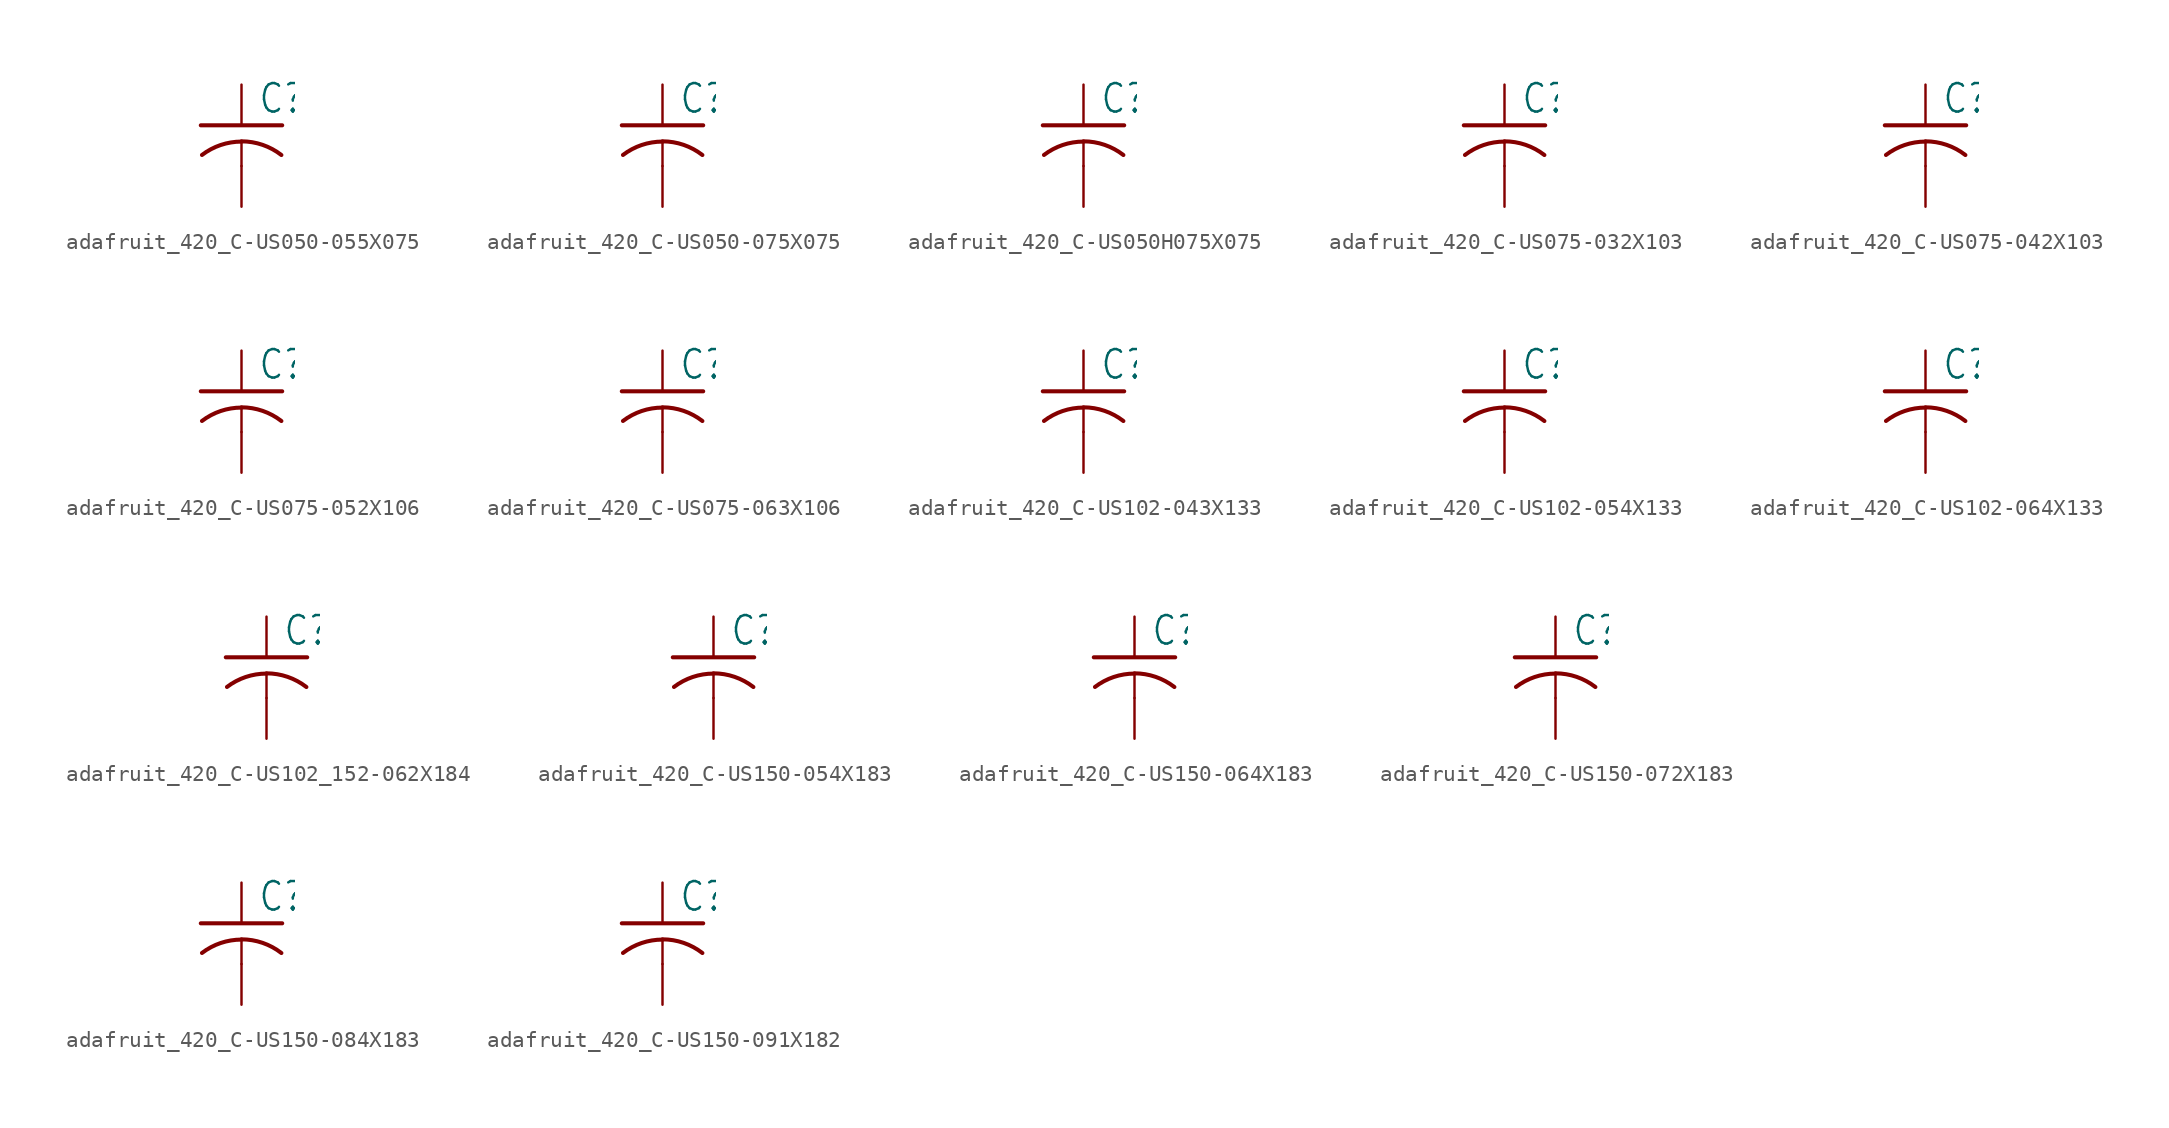
<source format=kicad_sym>
(kicad_symbol_lib
  (version 20241209)
  (generator "kicad_symbol_editor")
  (generator_version "9.0")
  (symbol "adafruit_420_C-US050-055X075"
    (property "Reference" "C"
      (at 1.016 0.635 0)
      (effects (font (size 1.778 1.511)) (justify left bottom)))
    (property "Value" ""
      (at 1.016 -4.191 0)
      (effects (font (size 1.778 1.511)) (justify left bottom)))
    (property "ki_locked" ""
      (at 0 0 0)
      (effects (font (size 1.27 1.27))))
    (symbol "adafruit_420_C-US050-055X075_1_0"
      (polyline (pts (xy -2.54 0) (xy 2.54 0)) (stroke (width 0.254) (type solid)) (fill (type none)))
      (polyline (pts (xy 0 -1.016) (xy 0 -2.54)) (stroke (width 0.152) (type solid)) (fill (type none)))
      (arc (start 0 -1) (mid 1.3158 -1.2195) (end 2.4892 -1.8541) (stroke (width 0.254) (type solid)) (fill (type none)))
      (arc (start -2.4668 -1.8504) (mid -1.302 -1.2303) (end 0 -1.0161) (stroke (width 0.254) (type solid)) (fill (type none)))
      (pin passive line (at 0 2.54 270) (length 2.54) (name "1" (effects (font (size 0 0)))) (number "1" (effects (font (size 0 0)))))
      (pin passive line (at 0 -5.08 90) (length 2.54) (name "2" (effects (font (size 0 0)))) (number "2" (effects (font (size 0 0)))))))
  (symbol "adafruit_420_C-US050-075X075"
    (property "Reference" "C"
      (at 1.016 0.635 0)
      (effects (font (size 1.778 1.511)) (justify left bottom)))
    (property "Value" ""
      (at 1.016 -4.191 0)
      (effects (font (size 1.778 1.511)) (justify left bottom)))
    (property "ki_locked" ""
      (at 0 0 0)
      (effects (font (size 1.27 1.27))))
    (symbol "adafruit_420_C-US050-075X075_1_0"
      (polyline (pts (xy -2.54 0) (xy 2.54 0)) (stroke (width 0.254) (type solid)) (fill (type none)))
      (polyline (pts (xy 0 -1.016) (xy 0 -2.54)) (stroke (width 0.152) (type solid)) (fill (type none)))
      (arc (start 0 -1) (mid 1.3158 -1.2195) (end 2.4892 -1.8541) (stroke (width 0.254) (type solid)) (fill (type none)))
      (arc (start -2.4668 -1.8504) (mid -1.302 -1.2303) (end 0 -1.0161) (stroke (width 0.254) (type solid)) (fill (type none)))
      (pin passive line (at 0 2.54 270) (length 2.54) (name "1" (effects (font (size 0 0)))) (number "1" (effects (font (size 0 0)))))
      (pin passive line (at 0 -5.08 90) (length 2.54) (name "2" (effects (font (size 0 0)))) (number "2" (effects (font (size 0 0)))))))
  (symbol "adafruit_420_C-US050H075X075"
    (property "Reference" "C"
      (at 1.016 0.635 0)
      (effects (font (size 1.778 1.511)) (justify left bottom)))
    (property "Value" ""
      (at 1.016 -4.191 0)
      (effects (font (size 1.778 1.511)) (justify left bottom)))
    (property "ki_locked" ""
      (at 0 0 0)
      (effects (font (size 1.27 1.27))))
    (symbol "adafruit_420_C-US050H075X075_1_0"
      (polyline (pts (xy -2.54 0) (xy 2.54 0)) (stroke (width 0.254) (type solid)) (fill (type none)))
      (polyline (pts (xy 0 -1.016) (xy 0 -2.54)) (stroke (width 0.152) (type solid)) (fill (type none)))
      (arc (start 0 -1) (mid 1.3158 -1.2195) (end 2.4892 -1.8541) (stroke (width 0.254) (type solid)) (fill (type none)))
      (arc (start -2.4668 -1.8504) (mid -1.302 -1.2303) (end 0 -1.0161) (stroke (width 0.254) (type solid)) (fill (type none)))
      (pin passive line (at 0 2.54 270) (length 2.54) (name "1" (effects (font (size 0 0)))) (number "1" (effects (font (size 0 0)))))
      (pin passive line (at 0 -5.08 90) (length 2.54) (name "2" (effects (font (size 0 0)))) (number "2" (effects (font (size 0 0)))))))
  (symbol "adafruit_420_C-US075-032X103"
    (property "Reference" "C"
      (at 1.016 0.635 0)
      (effects (font (size 1.778 1.511)) (justify left bottom)))
    (property "Value" ""
      (at 1.016 -4.191 0)
      (effects (font (size 1.778 1.511)) (justify left bottom)))
    (property "ki_locked" ""
      (at 0 0 0)
      (effects (font (size 1.27 1.27))))
    (symbol "adafruit_420_C-US075-032X103_1_0"
      (polyline (pts (xy -2.54 0) (xy 2.54 0)) (stroke (width 0.254) (type solid)) (fill (type none)))
      (polyline (pts (xy 0 -1.016) (xy 0 -2.54)) (stroke (width 0.152) (type solid)) (fill (type none)))
      (arc (start 0 -1) (mid 1.3158 -1.2195) (end 2.4892 -1.8541) (stroke (width 0.254) (type solid)) (fill (type none)))
      (arc (start -2.4668 -1.8504) (mid -1.302 -1.2303) (end 0 -1.0161) (stroke (width 0.254) (type solid)) (fill (type none)))
      (pin passive line (at 0 2.54 270) (length 2.54) (name "1" (effects (font (size 0 0)))) (number "1" (effects (font (size 0 0)))))
      (pin passive line (at 0 -5.08 90) (length 2.54) (name "2" (effects (font (size 0 0)))) (number "2" (effects (font (size 0 0)))))))
  (symbol "adafruit_420_C-US075-042X103"
    (property "Reference" "C"
      (at 1.016 0.635 0)
      (effects (font (size 1.778 1.511)) (justify left bottom)))
    (property "Value" ""
      (at 1.016 -4.191 0)
      (effects (font (size 1.778 1.511)) (justify left bottom)))
    (property "ki_locked" ""
      (at 0 0 0)
      (effects (font (size 1.27 1.27))))
    (symbol "adafruit_420_C-US075-042X103_1_0"
      (polyline (pts (xy -2.54 0) (xy 2.54 0)) (stroke (width 0.254) (type solid)) (fill (type none)))
      (polyline (pts (xy 0 -1.016) (xy 0 -2.54)) (stroke (width 0.152) (type solid)) (fill (type none)))
      (arc (start 0 -1) (mid 1.3158 -1.2195) (end 2.4892 -1.8541) (stroke (width 0.254) (type solid)) (fill (type none)))
      (arc (start -2.4668 -1.8504) (mid -1.302 -1.2303) (end 0 -1.0161) (stroke (width 0.254) (type solid)) (fill (type none)))
      (pin passive line (at 0 2.54 270) (length 2.54) (name "1" (effects (font (size 0 0)))) (number "1" (effects (font (size 0 0)))))
      (pin passive line (at 0 -5.08 90) (length 2.54) (name "2" (effects (font (size 0 0)))) (number "2" (effects (font (size 0 0)))))))
  (symbol "adafruit_420_C-US075-052X106"
    (property "Reference" "C"
      (at 1.016 0.635 0)
      (effects (font (size 1.778 1.511)) (justify left bottom)))
    (property "Value" ""
      (at 1.016 -4.191 0)
      (effects (font (size 1.778 1.511)) (justify left bottom)))
    (property "ki_locked" ""
      (at 0 0 0)
      (effects (font (size 1.27 1.27))))
    (symbol "adafruit_420_C-US075-052X106_1_0"
      (polyline (pts (xy -2.54 0) (xy 2.54 0)) (stroke (width 0.254) (type solid)) (fill (type none)))
      (polyline (pts (xy 0 -1.016) (xy 0 -2.54)) (stroke (width 0.152) (type solid)) (fill (type none)))
      (arc (start 0 -1) (mid 1.3158 -1.2195) (end 2.4892 -1.8541) (stroke (width 0.254) (type solid)) (fill (type none)))
      (arc (start -2.4668 -1.8504) (mid -1.302 -1.2303) (end 0 -1.0161) (stroke (width 0.254) (type solid)) (fill (type none)))
      (pin passive line (at 0 2.54 270) (length 2.54) (name "1" (effects (font (size 0 0)))) (number "1" (effects (font (size 0 0)))))
      (pin passive line (at 0 -5.08 90) (length 2.54) (name "2" (effects (font (size 0 0)))) (number "2" (effects (font (size 0 0)))))))
  (symbol "adafruit_420_C-US075-063X106"
    (property "Reference" "C"
      (at 1.016 0.635 0)
      (effects (font (size 1.778 1.511)) (justify left bottom)))
    (property "Value" ""
      (at 1.016 -4.191 0)
      (effects (font (size 1.778 1.511)) (justify left bottom)))
    (property "ki_locked" ""
      (at 0 0 0)
      (effects (font (size 1.27 1.27))))
    (symbol "adafruit_420_C-US075-063X106_1_0"
      (polyline (pts (xy -2.54 0) (xy 2.54 0)) (stroke (width 0.254) (type solid)) (fill (type none)))
      (polyline (pts (xy 0 -1.016) (xy 0 -2.54)) (stroke (width 0.152) (type solid)) (fill (type none)))
      (arc (start 0 -1) (mid 1.3158 -1.2195) (end 2.4892 -1.8541) (stroke (width 0.254) (type solid)) (fill (type none)))
      (arc (start -2.4668 -1.8504) (mid -1.302 -1.2303) (end 0 -1.0161) (stroke (width 0.254) (type solid)) (fill (type none)))
      (pin passive line (at 0 2.54 270) (length 2.54) (name "1" (effects (font (size 0 0)))) (number "1" (effects (font (size 0 0)))))
      (pin passive line (at 0 -5.08 90) (length 2.54) (name "2" (effects (font (size 0 0)))) (number "2" (effects (font (size 0 0)))))))
  (symbol "adafruit_420_C-US102-043X133"
    (property "Reference" "C"
      (at 1.016 0.635 0)
      (effects (font (size 1.778 1.511)) (justify left bottom)))
    (property "Value" ""
      (at 1.016 -4.191 0)
      (effects (font (size 1.778 1.511)) (justify left bottom)))
    (property "ki_locked" ""
      (at 0 0 0)
      (effects (font (size 1.27 1.27))))
    (symbol "adafruit_420_C-US102-043X133_1_0"
      (polyline (pts (xy -2.54 0) (xy 2.54 0)) (stroke (width 0.254) (type solid)) (fill (type none)))
      (polyline (pts (xy 0 -1.016) (xy 0 -2.54)) (stroke (width 0.152) (type solid)) (fill (type none)))
      (arc (start 0 -1) (mid 1.3158 -1.2195) (end 2.4892 -1.8541) (stroke (width 0.254) (type solid)) (fill (type none)))
      (arc (start -2.4668 -1.8504) (mid -1.302 -1.2303) (end 0 -1.0161) (stroke (width 0.254) (type solid)) (fill (type none)))
      (pin passive line (at 0 2.54 270) (length 2.54) (name "1" (effects (font (size 0 0)))) (number "1" (effects (font (size 0 0)))))
      (pin passive line (at 0 -5.08 90) (length 2.54) (name "2" (effects (font (size 0 0)))) (number "2" (effects (font (size 0 0)))))))
  (symbol "adafruit_420_C-US102-054X133"
    (property "Reference" "C"
      (at 1.016 0.635 0)
      (effects (font (size 1.778 1.511)) (justify left bottom)))
    (property "Value" ""
      (at 1.016 -4.191 0)
      (effects (font (size 1.778 1.511)) (justify left bottom)))
    (property "ki_locked" ""
      (at 0 0 0)
      (effects (font (size 1.27 1.27))))
    (symbol "adafruit_420_C-US102-054X133_1_0"
      (polyline (pts (xy -2.54 0) (xy 2.54 0)) (stroke (width 0.254) (type solid)) (fill (type none)))
      (polyline (pts (xy 0 -1.016) (xy 0 -2.54)) (stroke (width 0.152) (type solid)) (fill (type none)))
      (arc (start 0 -1) (mid 1.3158 -1.2195) (end 2.4892 -1.8541) (stroke (width 0.254) (type solid)) (fill (type none)))
      (arc (start -2.4668 -1.8504) (mid -1.302 -1.2303) (end 0 -1.0161) (stroke (width 0.254) (type solid)) (fill (type none)))
      (pin passive line (at 0 2.54 270) (length 2.54) (name "1" (effects (font (size 0 0)))) (number "1" (effects (font (size 0 0)))))
      (pin passive line (at 0 -5.08 90) (length 2.54) (name "2" (effects (font (size 0 0)))) (number "2" (effects (font (size 0 0)))))))
  (symbol "adafruit_420_C-US102-064X133"
    (property "Reference" "C"
      (at 1.016 0.635 0)
      (effects (font (size 1.778 1.511)) (justify left bottom)))
    (property "Value" ""
      (at 1.016 -4.191 0)
      (effects (font (size 1.778 1.511)) (justify left bottom)))
    (property "ki_locked" ""
      (at 0 0 0)
      (effects (font (size 1.27 1.27))))
    (symbol "adafruit_420_C-US102-064X133_1_0"
      (polyline (pts (xy -2.54 0) (xy 2.54 0)) (stroke (width 0.254) (type solid)) (fill (type none)))
      (polyline (pts (xy 0 -1.016) (xy 0 -2.54)) (stroke (width 0.152) (type solid)) (fill (type none)))
      (arc (start 0 -1) (mid 1.3158 -1.2195) (end 2.4892 -1.8541) (stroke (width 0.254) (type solid)) (fill (type none)))
      (arc (start -2.4668 -1.8504) (mid -1.302 -1.2303) (end 0 -1.0161) (stroke (width 0.254) (type solid)) (fill (type none)))
      (pin passive line (at 0 2.54 270) (length 2.54) (name "1" (effects (font (size 0 0)))) (number "1" (effects (font (size 0 0)))))
      (pin passive line (at 0 -5.08 90) (length 2.54) (name "2" (effects (font (size 0 0)))) (number "2" (effects (font (size 0 0)))))))
  (symbol "adafruit_420_C-US102_152-062X184"
    (property "Reference" "C"
      (at 1.016 0.635 0)
      (effects (font (size 1.778 1.511)) (justify left bottom)))
    (property "Value" ""
      (at 1.016 -4.191 0)
      (effects (font (size 1.778 1.511)) (justify left bottom)))
    (property "ki_locked" ""
      (at 0 0 0)
      (effects (font (size 1.27 1.27))))
    (symbol "adafruit_420_C-US102_152-062X184_1_0"
      (polyline (pts (xy -2.54 0) (xy 2.54 0)) (stroke (width 0.254) (type solid)) (fill (type none)))
      (polyline (pts (xy 0 -1.016) (xy 0 -2.54)) (stroke (width 0.152) (type solid)) (fill (type none)))
      (arc (start 0 -1) (mid 1.3158 -1.2195) (end 2.4892 -1.8541) (stroke (width 0.254) (type solid)) (fill (type none)))
      (arc (start -2.4668 -1.8504) (mid -1.302 -1.2303) (end 0 -1.0161) (stroke (width 0.254) (type solid)) (fill (type none)))
      (pin passive line (at 0 2.54 270) (length 2.54) (name "1" (effects (font (size 0 0)))) (number "1" (effects (font (size 0 0)))))
      (pin passive line (at 0 -5.08 90) (length 2.54) (name "2" (effects (font (size 0 0)))) (number "2" (effects (font (size 0 0)))))))
  (symbol "adafruit_420_C-US150-054X183"
    (property "Reference" "C"
      (at 1.016 0.635 0)
      (effects (font (size 1.778 1.511)) (justify left bottom)))
    (property "Value" ""
      (at 1.016 -4.191 0)
      (effects (font (size 1.778 1.511)) (justify left bottom)))
    (property "ki_locked" ""
      (at 0 0 0)
      (effects (font (size 1.27 1.27))))
    (symbol "adafruit_420_C-US150-054X183_1_0"
      (polyline (pts (xy -2.54 0) (xy 2.54 0)) (stroke (width 0.254) (type solid)) (fill (type none)))
      (polyline (pts (xy 0 -1.016) (xy 0 -2.54)) (stroke (width 0.152) (type solid)) (fill (type none)))
      (arc (start 0 -1) (mid 1.3158 -1.2195) (end 2.4892 -1.8541) (stroke (width 0.254) (type solid)) (fill (type none)))
      (arc (start -2.4668 -1.8504) (mid -1.302 -1.2303) (end 0 -1.0161) (stroke (width 0.254) (type solid)) (fill (type none)))
      (pin passive line (at 0 2.54 270) (length 2.54) (name "1" (effects (font (size 0 0)))) (number "1" (effects (font (size 0 0)))))
      (pin passive line (at 0 -5.08 90) (length 2.54) (name "2" (effects (font (size 0 0)))) (number "2" (effects (font (size 0 0)))))))
  (symbol "adafruit_420_C-US150-064X183"
    (property "Reference" "C"
      (at 1.016 0.635 0)
      (effects (font (size 1.778 1.511)) (justify left bottom)))
    (property "Value" ""
      (at 1.016 -4.191 0)
      (effects (font (size 1.778 1.511)) (justify left bottom)))
    (property "ki_locked" ""
      (at 0 0 0)
      (effects (font (size 1.27 1.27))))
    (symbol "adafruit_420_C-US150-064X183_1_0"
      (polyline (pts (xy -2.54 0) (xy 2.54 0)) (stroke (width 0.254) (type solid)) (fill (type none)))
      (polyline (pts (xy 0 -1.016) (xy 0 -2.54)) (stroke (width 0.152) (type solid)) (fill (type none)))
      (arc (start 0 -1) (mid 1.3158 -1.2195) (end 2.4892 -1.8541) (stroke (width 0.254) (type solid)) (fill (type none)))
      (arc (start -2.4668 -1.8504) (mid -1.302 -1.2303) (end 0 -1.0161) (stroke (width 0.254) (type solid)) (fill (type none)))
      (pin passive line (at 0 2.54 270) (length 2.54) (name "1" (effects (font (size 0 0)))) (number "1" (effects (font (size 0 0)))))
      (pin passive line (at 0 -5.08 90) (length 2.54) (name "2" (effects (font (size 0 0)))) (number "2" (effects (font (size 0 0)))))))
  (symbol "adafruit_420_C-US150-072X183"
    (property "Reference" "C"
      (at 1.016 0.635 0)
      (effects (font (size 1.778 1.511)) (justify left bottom)))
    (property "Value" ""
      (at 1.016 -4.191 0)
      (effects (font (size 1.778 1.511)) (justify left bottom)))
    (property "ki_locked" ""
      (at 0 0 0)
      (effects (font (size 1.27 1.27))))
    (symbol "adafruit_420_C-US150-072X183_1_0"
      (polyline (pts (xy -2.54 0) (xy 2.54 0)) (stroke (width 0.254) (type solid)) (fill (type none)))
      (polyline (pts (xy 0 -1.016) (xy 0 -2.54)) (stroke (width 0.152) (type solid)) (fill (type none)))
      (arc (start 0 -1) (mid 1.3158 -1.2195) (end 2.4892 -1.8541) (stroke (width 0.254) (type solid)) (fill (type none)))
      (arc (start -2.4668 -1.8504) (mid -1.302 -1.2303) (end 0 -1.0161) (stroke (width 0.254) (type solid)) (fill (type none)))
      (pin passive line (at 0 2.54 270) (length 2.54) (name "1" (effects (font (size 0 0)))) (number "1" (effects (font (size 0 0)))))
      (pin passive line (at 0 -5.08 90) (length 2.54) (name "2" (effects (font (size 0 0)))) (number "2" (effects (font (size 0 0)))))))
  (symbol "adafruit_420_C-US150-084X183"
    (property "Reference" "C"
      (at 1.016 0.635 0)
      (effects (font (size 1.778 1.511)) (justify left bottom)))
    (property "Value" ""
      (at 1.016 -4.191 0)
      (effects (font (size 1.778 1.511)) (justify left bottom)))
    (property "ki_locked" ""
      (at 0 0 0)
      (effects (font (size 1.27 1.27))))
    (symbol "adafruit_420_C-US150-084X183_1_0"
      (polyline (pts (xy -2.54 0) (xy 2.54 0)) (stroke (width 0.254) (type solid)) (fill (type none)))
      (polyline (pts (xy 0 -1.016) (xy 0 -2.54)) (stroke (width 0.152) (type solid)) (fill (type none)))
      (arc (start 0 -1) (mid 1.3158 -1.2195) (end 2.4892 -1.8541) (stroke (width 0.254) (type solid)) (fill (type none)))
      (arc (start -2.4668 -1.8504) (mid -1.302 -1.2303) (end 0 -1.0161) (stroke (width 0.254) (type solid)) (fill (type none)))
      (pin passive line (at 0 2.54 270) (length 2.54) (name "1" (effects (font (size 0 0)))) (number "1" (effects (font (size 0 0)))))
      (pin passive line (at 0 -5.08 90) (length 2.54) (name "2" (effects (font (size 0 0)))) (number "2" (effects (font (size 0 0)))))))
  (symbol "adafruit_420_C-US150-091X182"
    (property "Reference" "C"
      (at 1.016 0.635 0)
      (effects (font (size 1.778 1.511)) (justify left bottom)))
    (property "Value" ""
      (at 1.016 -4.191 0)
      (effects (font (size 1.778 1.511)) (justify left bottom)))
    (property "ki_locked" ""
      (at 0 0 0)
      (effects (font (size 1.27 1.27))))
    (symbol "adafruit_420_C-US150-091X182_1_0"
      (polyline (pts (xy -2.54 0) (xy 2.54 0)) (stroke (width 0.254) (type solid)) (fill (type none)))
      (polyline (pts (xy 0 -1.016) (xy 0 -2.54)) (stroke (width 0.152) (type solid)) (fill (type none)))
      (arc (start 0 -1) (mid 1.3158 -1.2195) (end 2.4892 -1.8541) (stroke (width 0.254) (type solid)) (fill (type none)))
      (arc (start -2.4668 -1.8504) (mid -1.302 -1.2303) (end 0 -1.0161) (stroke (width 0.254) (type solid)) (fill (type none)))
      (pin passive line (at 0 2.54 270) (length 2.54) (name "1" (effects (font (size 0 0)))) (number "1" (effects (font (size 0 0)))))
      (pin passive line (at 0 -5.08 90) (length 2.54) (name "2" (effects (font (size 0 0)))) (number "2" (effects (font (size 0 0))))))))
</source>
